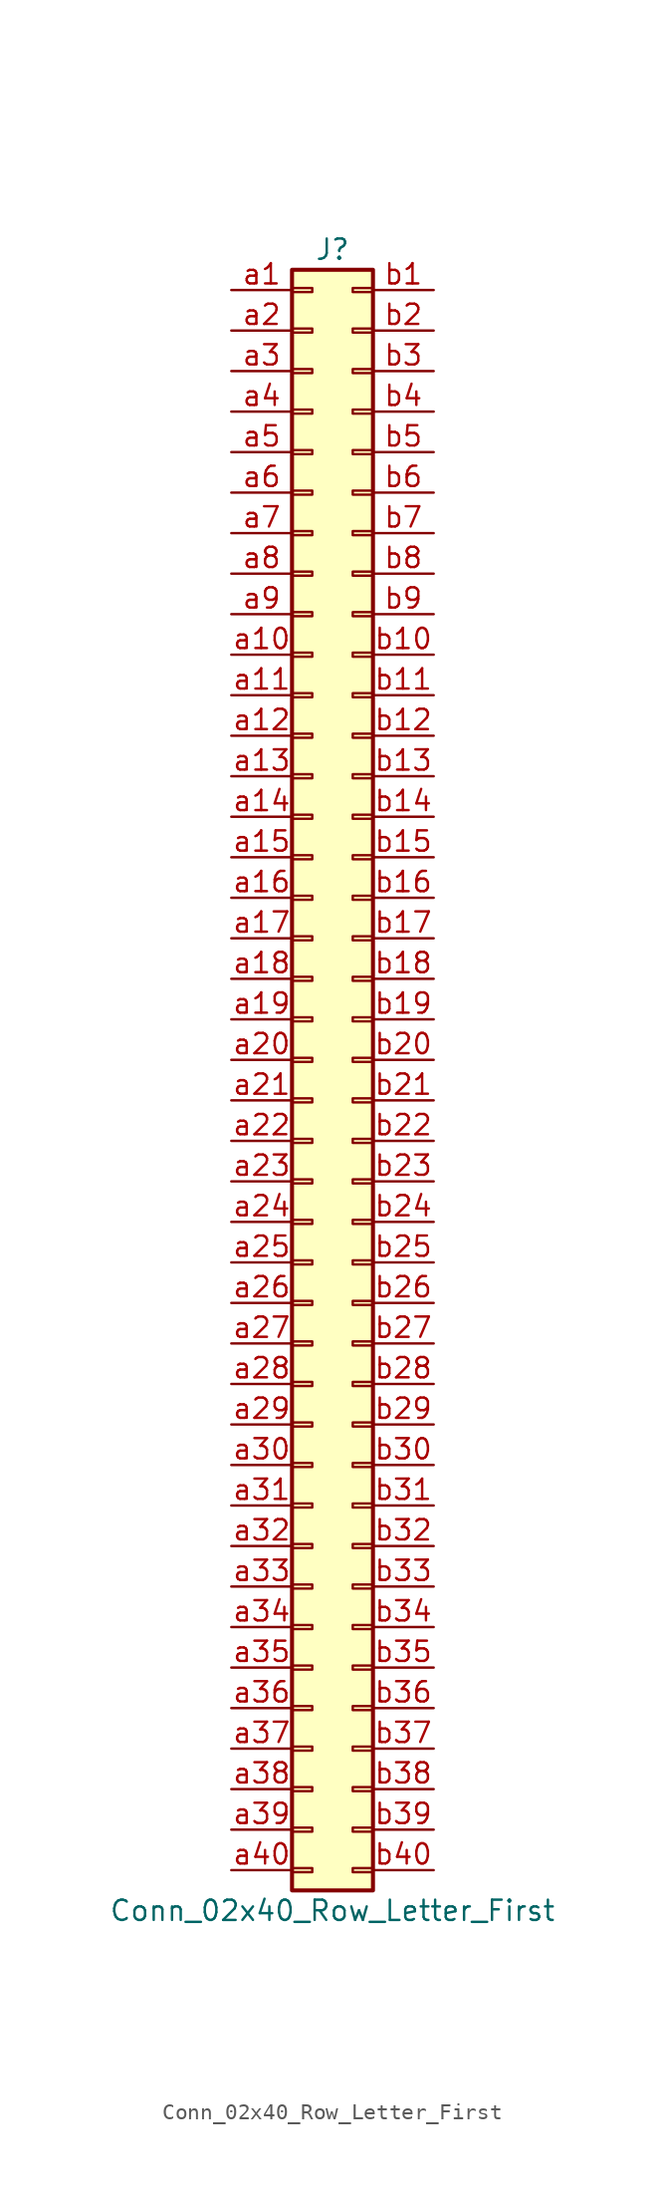
<source format=kicad_sym>
(kicad_symbol_lib
  (version 20220914)
  (generator kicad_symbol_editor)
  (symbol "Conn_02x40_Row_Letter_First"
    (pin_names
      (offset 1.016) hide)
    (property "Reference" "J"
      (at 1.27 50.8 0)
      (effects (font (size 1.27 1.27))))
    (property "Value" "Conn_02x40_Row_Letter_First"
      (at 1.27 -53.34 0)
      (effects (font (size 1.27 1.27))))
    (symbol "Conn_02x40_Row_Letter_First_1_1"
      (rectangle (start -1.27 -50.673) (end 0 -50.927) (stroke (width 0.152) (type default)) (fill (type none)))
      (rectangle (start -1.27 -48.133) (end 0 -48.387) (stroke (width 0.152) (type default)) (fill (type none)))
      (rectangle (start -1.27 -45.593) (end 0 -45.847) (stroke (width 0.152) (type default)) (fill (type none)))
      (rectangle (start -1.27 -43.053) (end 0 -43.307) (stroke (width 0.152) (type default)) (fill (type none)))
      (rectangle (start -1.27 -40.513) (end 0 -40.767) (stroke (width 0.152) (type default)) (fill (type none)))
      (rectangle (start -1.27 -37.973) (end 0 -38.227) (stroke (width 0.152) (type default)) (fill (type none)))
      (rectangle (start -1.27 -35.433) (end 0 -35.687) (stroke (width 0.152) (type default)) (fill (type none)))
      (rectangle (start -1.27 -32.893) (end 0 -33.147) (stroke (width 0.152) (type default)) (fill (type none)))
      (rectangle (start -1.27 -30.353) (end 0 -30.607) (stroke (width 0.152) (type default)) (fill (type none)))
      (rectangle (start -1.27 -27.813) (end 0 -28.067) (stroke (width 0.152) (type default)) (fill (type none)))
      (rectangle (start -1.27 -25.273) (end 0 -25.527) (stroke (width 0.152) (type default)) (fill (type none)))
      (rectangle (start -1.27 -22.733) (end 0 -22.987) (stroke (width 0.152) (type default)) (fill (type none)))
      (rectangle (start -1.27 -20.193) (end 0 -20.447) (stroke (width 0.152) (type default)) (fill (type none)))
      (rectangle (start -1.27 -17.653) (end 0 -17.907) (stroke (width 0.152) (type default)) (fill (type none)))
      (rectangle (start -1.27 -15.113) (end 0 -15.367) (stroke (width 0.152) (type default)) (fill (type none)))
      (rectangle (start -1.27 -12.573) (end 0 -12.827) (stroke (width 0.152) (type default)) (fill (type none)))
      (rectangle (start -1.27 -10.033) (end 0 -10.287) (stroke (width 0.152) (type default)) (fill (type none)))
      (rectangle (start -1.27 -7.493) (end 0 -7.747) (stroke (width 0.152) (type default)) (fill (type none)))
      (rectangle (start -1.27 -4.953) (end 0 -5.207) (stroke (width 0.152) (type default)) (fill (type none)))
      (rectangle (start -1.27 -2.413) (end 0 -2.667) (stroke (width 0.152) (type default)) (fill (type none)))
      (rectangle (start -1.27 0.127) (end 0 -0.127) (stroke (width 0.152) (type default)) (fill (type none)))
      (rectangle (start -1.27 2.667) (end 0 2.413) (stroke (width 0.152) (type default)) (fill (type none)))
      (rectangle (start -1.27 5.207) (end 0 4.953) (stroke (width 0.152) (type default)) (fill (type none)))
      (rectangle (start -1.27 7.747) (end 0 7.493) (stroke (width 0.152) (type default)) (fill (type none)))
      (rectangle (start -1.27 10.287) (end 0 10.033) (stroke (width 0.152) (type default)) (fill (type none)))
      (rectangle (start -1.27 12.827) (end 0 12.573) (stroke (width 0.152) (type default)) (fill (type none)))
      (rectangle (start -1.27 15.367) (end 0 15.113) (stroke (width 0.152) (type default)) (fill (type none)))
      (rectangle (start -1.27 17.907) (end 0 17.653) (stroke (width 0.152) (type default)) (fill (type none)))
      (rectangle (start -1.27 20.447) (end 0 20.193) (stroke (width 0.152) (type default)) (fill (type none)))
      (rectangle (start -1.27 22.987) (end 0 22.733) (stroke (width 0.152) (type default)) (fill (type none)))
      (rectangle (start -1.27 25.527) (end 0 25.273) (stroke (width 0.152) (type default)) (fill (type none)))
      (rectangle (start -1.27 28.067) (end 0 27.813) (stroke (width 0.152) (type default)) (fill (type none)))
      (rectangle (start -1.27 30.607) (end 0 30.353) (stroke (width 0.152) (type default)) (fill (type none)))
      (rectangle (start -1.27 33.147) (end 0 32.893) (stroke (width 0.152) (type default)) (fill (type none)))
      (rectangle (start -1.27 35.687) (end 0 35.433) (stroke (width 0.152) (type default)) (fill (type none)))
      (rectangle (start -1.27 38.227) (end 0 37.973) (stroke (width 0.152) (type default)) (fill (type none)))
      (rectangle (start -1.27 40.767) (end 0 40.513) (stroke (width 0.152) (type default)) (fill (type none)))
      (rectangle (start -1.27 43.307) (end 0 43.053) (stroke (width 0.152) (type default)) (fill (type none)))
      (rectangle (start -1.27 45.847) (end 0 45.593) (stroke (width 0.152) (type default)) (fill (type none)))
      (rectangle (start -1.27 48.387) (end 0 48.133) (stroke (width 0.152) (type default)) (fill (type none)))
      (rectangle (start -1.27 49.53) (end 3.81 -52.07) (stroke (width 0.254) (type default)) (fill (type background)))
      (rectangle (start 3.81 -50.673) (end 2.54 -50.927) (stroke (width 0.152) (type default)) (fill (type none)))
      (rectangle (start 3.81 -48.133) (end 2.54 -48.387) (stroke (width 0.152) (type default)) (fill (type none)))
      (rectangle (start 3.81 -45.593) (end 2.54 -45.847) (stroke (width 0.152) (type default)) (fill (type none)))
      (rectangle (start 3.81 -43.053) (end 2.54 -43.307) (stroke (width 0.152) (type default)) (fill (type none)))
      (rectangle (start 3.81 -40.513) (end 2.54 -40.767) (stroke (width 0.152) (type default)) (fill (type none)))
      (rectangle (start 3.81 -37.973) (end 2.54 -38.227) (stroke (width 0.152) (type default)) (fill (type none)))
      (rectangle (start 3.81 -35.433) (end 2.54 -35.687) (stroke (width 0.152) (type default)) (fill (type none)))
      (rectangle (start 3.81 -32.893) (end 2.54 -33.147) (stroke (width 0.152) (type default)) (fill (type none)))
      (rectangle (start 3.81 -30.353) (end 2.54 -30.607) (stroke (width 0.152) (type default)) (fill (type none)))
      (rectangle (start 3.81 -27.813) (end 2.54 -28.067) (stroke (width 0.152) (type default)) (fill (type none)))
      (rectangle (start 3.81 -25.273) (end 2.54 -25.527) (stroke (width 0.152) (type default)) (fill (type none)))
      (rectangle (start 3.81 -22.733) (end 2.54 -22.987) (stroke (width 0.152) (type default)) (fill (type none)))
      (rectangle (start 3.81 -20.193) (end 2.54 -20.447) (stroke (width 0.152) (type default)) (fill (type none)))
      (rectangle (start 3.81 -17.653) (end 2.54 -17.907) (stroke (width 0.152) (type default)) (fill (type none)))
      (rectangle (start 3.81 -15.113) (end 2.54 -15.367) (stroke (width 0.152) (type default)) (fill (type none)))
      (rectangle (start 3.81 -12.573) (end 2.54 -12.827) (stroke (width 0.152) (type default)) (fill (type none)))
      (rectangle (start 3.81 -10.033) (end 2.54 -10.287) (stroke (width 0.152) (type default)) (fill (type none)))
      (rectangle (start 3.81 -7.493) (end 2.54 -7.747) (stroke (width 0.152) (type default)) (fill (type none)))
      (rectangle (start 3.81 -4.953) (end 2.54 -5.207) (stroke (width 0.152) (type default)) (fill (type none)))
      (rectangle (start 3.81 -2.413) (end 2.54 -2.667) (stroke (width 0.152) (type default)) (fill (type none)))
      (rectangle (start 3.81 0.127) (end 2.54 -0.127) (stroke (width 0.152) (type default)) (fill (type none)))
      (rectangle (start 3.81 2.667) (end 2.54 2.413) (stroke (width 0.152) (type default)) (fill (type none)))
      (rectangle (start 3.81 5.207) (end 2.54 4.953) (stroke (width 0.152) (type default)) (fill (type none)))
      (rectangle (start 3.81 7.747) (end 2.54 7.493) (stroke (width 0.152) (type default)) (fill (type none)))
      (rectangle (start 3.81 10.287) (end 2.54 10.033) (stroke (width 0.152) (type default)) (fill (type none)))
      (rectangle (start 3.81 12.827) (end 2.54 12.573) (stroke (width 0.152) (type default)) (fill (type none)))
      (rectangle (start 3.81 15.367) (end 2.54 15.113) (stroke (width 0.152) (type default)) (fill (type none)))
      (rectangle (start 3.81 17.907) (end 2.54 17.653) (stroke (width 0.152) (type default)) (fill (type none)))
      (rectangle (start 3.81 20.447) (end 2.54 20.193) (stroke (width 0.152) (type default)) (fill (type none)))
      (rectangle (start 3.81 22.987) (end 2.54 22.733) (stroke (width 0.152) (type default)) (fill (type none)))
      (rectangle (start 3.81 25.527) (end 2.54 25.273) (stroke (width 0.152) (type default)) (fill (type none)))
      (rectangle (start 3.81 28.067) (end 2.54 27.813) (stroke (width 0.152) (type default)) (fill (type none)))
      (rectangle (start 3.81 30.607) (end 2.54 30.353) (stroke (width 0.152) (type default)) (fill (type none)))
      (rectangle (start 3.81 33.147) (end 2.54 32.893) (stroke (width 0.152) (type default)) (fill (type none)))
      (rectangle (start 3.81 35.687) (end 2.54 35.433) (stroke (width 0.152) (type default)) (fill (type none)))
      (rectangle (start 3.81 38.227) (end 2.54 37.973) (stroke (width 0.152) (type default)) (fill (type none)))
      (rectangle (start 3.81 40.767) (end 2.54 40.513) (stroke (width 0.152) (type default)) (fill (type none)))
      (rectangle (start 3.81 43.307) (end 2.54 43.053) (stroke (width 0.152) (type default)) (fill (type none)))
      (rectangle (start 3.81 45.847) (end 2.54 45.593) (stroke (width 0.152) (type default)) (fill (type none)))
      (rectangle (start 3.81 48.387) (end 2.54 48.133) (stroke (width 0.152) (type default)) (fill (type none)))
      (pin passive line (at -5.08 48.26 0) (length 3.81) (name "Pin_a1" (effects (font (size 1.27 1.27)))) (number "a1" (effects (font (size 1.27 1.27)))))
      (pin passive line (at -5.08 25.4 0) (length 3.81) (name "Pin_a10" (effects (font (size 1.27 1.27)))) (number "a10" (effects (font (size 1.27 1.27)))))
      (pin passive line (at -5.08 22.86 0) (length 3.81) (name "Pin_a11" (effects (font (size 1.27 1.27)))) (number "a11" (effects (font (size 1.27 1.27)))))
      (pin passive line (at -5.08 20.32 0) (length 3.81) (name "Pin_a12" (effects (font (size 1.27 1.27)))) (number "a12" (effects (font (size 1.27 1.27)))))
      (pin passive line (at -5.08 17.78 0) (length 3.81) (name "Pin_a13" (effects (font (size 1.27 1.27)))) (number "a13" (effects (font (size 1.27 1.27)))))
      (pin passive line (at -5.08 15.24 0) (length 3.81) (name "Pin_a14" (effects (font (size 1.27 1.27)))) (number "a14" (effects (font (size 1.27 1.27)))))
      (pin passive line (at -5.08 12.7 0) (length 3.81) (name "Pin_a15" (effects (font (size 1.27 1.27)))) (number "a15" (effects (font (size 1.27 1.27)))))
      (pin passive line (at -5.08 10.16 0) (length 3.81) (name "Pin_a16" (effects (font (size 1.27 1.27)))) (number "a16" (effects (font (size 1.27 1.27)))))
      (pin passive line (at -5.08 7.62 0) (length 3.81) (name "Pin_a17" (effects (font (size 1.27 1.27)))) (number "a17" (effects (font (size 1.27 1.27)))))
      (pin passive line (at -5.08 5.08 0) (length 3.81) (name "Pin_a18" (effects (font (size 1.27 1.27)))) (number "a18" (effects (font (size 1.27 1.27)))))
      (pin passive line (at -5.08 2.54 0) (length 3.81) (name "Pin_a19" (effects (font (size 1.27 1.27)))) (number "a19" (effects (font (size 1.27 1.27)))))
      (pin passive line (at -5.08 45.72 0) (length 3.81) (name "Pin_a2" (effects (font (size 1.27 1.27)))) (number "a2" (effects (font (size 1.27 1.27)))))
      (pin passive line (at -5.08 0 0) (length 3.81) (name "Pin_a20" (effects (font (size 1.27 1.27)))) (number "a20" (effects (font (size 1.27 1.27)))))
      (pin passive line (at -5.08 -2.54 0) (length 3.81) (name "Pin_a21" (effects (font (size 1.27 1.27)))) (number "a21" (effects (font (size 1.27 1.27)))))
      (pin passive line (at -5.08 -5.08 0) (length 3.81) (name "Pin_a22" (effects (font (size 1.27 1.27)))) (number "a22" (effects (font (size 1.27 1.27)))))
      (pin passive line (at -5.08 -7.62 0) (length 3.81) (name "Pin_a23" (effects (font (size 1.27 1.27)))) (number "a23" (effects (font (size 1.27 1.27)))))
      (pin passive line (at -5.08 -10.16 0) (length 3.81) (name "Pin_a24" (effects (font (size 1.27 1.27)))) (number "a24" (effects (font (size 1.27 1.27)))))
      (pin passive line (at -5.08 -12.7 0) (length 3.81) (name "Pin_a25" (effects (font (size 1.27 1.27)))) (number "a25" (effects (font (size 1.27 1.27)))))
      (pin passive line (at -5.08 -15.24 0) (length 3.81) (name "Pin_a26" (effects (font (size 1.27 1.27)))) (number "a26" (effects (font (size 1.27 1.27)))))
      (pin passive line (at -5.08 -17.78 0) (length 3.81) (name "Pin_a27" (effects (font (size 1.27 1.27)))) (number "a27" (effects (font (size 1.27 1.27)))))
      (pin passive line (at -5.08 -20.32 0) (length 3.81) (name "Pin_a28" (effects (font (size 1.27 1.27)))) (number "a28" (effects (font (size 1.27 1.27)))))
      (pin passive line (at -5.08 -22.86 0) (length 3.81) (name "Pin_a29" (effects (font (size 1.27 1.27)))) (number "a29" (effects (font (size 1.27 1.27)))))
      (pin passive line (at -5.08 43.18 0) (length 3.81) (name "Pin_a3" (effects (font (size 1.27 1.27)))) (number "a3" (effects (font (size 1.27 1.27)))))
      (pin passive line (at -5.08 -25.4 0) (length 3.81) (name "Pin_a30" (effects (font (size 1.27 1.27)))) (number "a30" (effects (font (size 1.27 1.27)))))
      (pin passive line (at -5.08 -27.94 0) (length 3.81) (name "Pin_a31" (effects (font (size 1.27 1.27)))) (number "a31" (effects (font (size 1.27 1.27)))))
      (pin passive line (at -5.08 -30.48 0) (length 3.81) (name "Pin_a32" (effects (font (size 1.27 1.27)))) (number "a32" (effects (font (size 1.27 1.27)))))
      (pin passive line (at -5.08 -33.02 0) (length 3.81) (name "Pin_a33" (effects (font (size 1.27 1.27)))) (number "a33" (effects (font (size 1.27 1.27)))))
      (pin passive line (at -5.08 -35.56 0) (length 3.81) (name "Pin_a34" (effects (font (size 1.27 1.27)))) (number "a34" (effects (font (size 1.27 1.27)))))
      (pin passive line (at -5.08 -38.1 0) (length 3.81) (name "Pin_a35" (effects (font (size 1.27 1.27)))) (number "a35" (effects (font (size 1.27 1.27)))))
      (pin passive line (at -5.08 -40.64 0) (length 3.81) (name "Pin_a36" (effects (font (size 1.27 1.27)))) (number "a36" (effects (font (size 1.27 1.27)))))
      (pin passive line (at -5.08 -43.18 0) (length 3.81) (name "Pin_a37" (effects (font (size 1.27 1.27)))) (number "a37" (effects (font (size 1.27 1.27)))))
      (pin passive line (at -5.08 -45.72 0) (length 3.81) (name "Pin_a38" (effects (font (size 1.27 1.27)))) (number "a38" (effects (font (size 1.27 1.27)))))
      (pin passive line (at -5.08 -48.26 0) (length 3.81) (name "Pin_a39" (effects (font (size 1.27 1.27)))) (number "a39" (effects (font (size 1.27 1.27)))))
      (pin passive line (at -5.08 40.64 0) (length 3.81) (name "Pin_a4" (effects (font (size 1.27 1.27)))) (number "a4" (effects (font (size 1.27 1.27)))))
      (pin passive line (at -5.08 -50.8 0) (length 3.81) (name "Pin_a40" (effects (font (size 1.27 1.27)))) (number "a40" (effects (font (size 1.27 1.27)))))
      (pin passive line (at -5.08 38.1 0) (length 3.81) (name "Pin_a5" (effects (font (size 1.27 1.27)))) (number "a5" (effects (font (size 1.27 1.27)))))
      (pin passive line (at -5.08 35.56 0) (length 3.81) (name "Pin_a6" (effects (font (size 1.27 1.27)))) (number "a6" (effects (font (size 1.27 1.27)))))
      (pin passive line (at -5.08 33.02 0) (length 3.81) (name "Pin_a7" (effects (font (size 1.27 1.27)))) (number "a7" (effects (font (size 1.27 1.27)))))
      (pin passive line (at -5.08 30.48 0) (length 3.81) (name "Pin_a8" (effects (font (size 1.27 1.27)))) (number "a8" (effects (font (size 1.27 1.27)))))
      (pin passive line (at -5.08 27.94 0) (length 3.81) (name "Pin_a9" (effects (font (size 1.27 1.27)))) (number "a9" (effects (font (size 1.27 1.27)))))
      (pin passive line (at 7.62 48.26 180) (length 3.81) (name "Pin_b1" (effects (font (size 1.27 1.27)))) (number "b1" (effects (font (size 1.27 1.27)))))
      (pin passive line (at 7.62 25.4 180) (length 3.81) (name "Pin_b10" (effects (font (size 1.27 1.27)))) (number "b10" (effects (font (size 1.27 1.27)))))
      (pin passive line (at 7.62 22.86 180) (length 3.81) (name "Pin_b11" (effects (font (size 1.27 1.27)))) (number "b11" (effects (font (size 1.27 1.27)))))
      (pin passive line (at 7.62 20.32 180) (length 3.81) (name "Pin_b12" (effects (font (size 1.27 1.27)))) (number "b12" (effects (font (size 1.27 1.27)))))
      (pin passive line (at 7.62 17.78 180) (length 3.81) (name "Pin_b13" (effects (font (size 1.27 1.27)))) (number "b13" (effects (font (size 1.27 1.27)))))
      (pin passive line (at 7.62 15.24 180) (length 3.81) (name "Pin_b14" (effects (font (size 1.27 1.27)))) (number "b14" (effects (font (size 1.27 1.27)))))
      (pin passive line (at 7.62 12.7 180) (length 3.81) (name "Pin_b15" (effects (font (size 1.27 1.27)))) (number "b15" (effects (font (size 1.27 1.27)))))
      (pin passive line (at 7.62 10.16 180) (length 3.81) (name "Pin_b16" (effects (font (size 1.27 1.27)))) (number "b16" (effects (font (size 1.27 1.27)))))
      (pin passive line (at 7.62 7.62 180) (length 3.81) (name "Pin_b17" (effects (font (size 1.27 1.27)))) (number "b17" (effects (font (size 1.27 1.27)))))
      (pin passive line (at 7.62 5.08 180) (length 3.81) (name "Pin_b18" (effects (font (size 1.27 1.27)))) (number "b18" (effects (font (size 1.27 1.27)))))
      (pin passive line (at 7.62 2.54 180) (length 3.81) (name "Pin_b19" (effects (font (size 1.27 1.27)))) (number "b19" (effects (font (size 1.27 1.27)))))
      (pin passive line (at 7.62 45.72 180) (length 3.81) (name "Pin_b2" (effects (font (size 1.27 1.27)))) (number "b2" (effects (font (size 1.27 1.27)))))
      (pin passive line (at 7.62 0 180) (length 3.81) (name "Pin_b20" (effects (font (size 1.27 1.27)))) (number "b20" (effects (font (size 1.27 1.27)))))
      (pin passive line (at 7.62 -2.54 180) (length 3.81) (name "Pin_b21" (effects (font (size 1.27 1.27)))) (number "b21" (effects (font (size 1.27 1.27)))))
      (pin passive line (at 7.62 -5.08 180) (length 3.81) (name "Pin_b22" (effects (font (size 1.27 1.27)))) (number "b22" (effects (font (size 1.27 1.27)))))
      (pin passive line (at 7.62 -7.62 180) (length 3.81) (name "Pin_b23" (effects (font (size 1.27 1.27)))) (number "b23" (effects (font (size 1.27 1.27)))))
      (pin passive line (at 7.62 -10.16 180) (length 3.81) (name "Pin_b24" (effects (font (size 1.27 1.27)))) (number "b24" (effects (font (size 1.27 1.27)))))
      (pin passive line (at 7.62 -12.7 180) (length 3.81) (name "Pin_b25" (effects (font (size 1.27 1.27)))) (number "b25" (effects (font (size 1.27 1.27)))))
      (pin passive line (at 7.62 -15.24 180) (length 3.81) (name "Pin_b26" (effects (font (size 1.27 1.27)))) (number "b26" (effects (font (size 1.27 1.27)))))
      (pin passive line (at 7.62 -17.78 180) (length 3.81) (name "Pin_b27" (effects (font (size 1.27 1.27)))) (number "b27" (effects (font (size 1.27 1.27)))))
      (pin passive line (at 7.62 -20.32 180) (length 3.81) (name "Pin_b28" (effects (font (size 1.27 1.27)))) (number "b28" (effects (font (size 1.27 1.27)))))
      (pin passive line (at 7.62 -22.86 180) (length 3.81) (name "Pin_b29" (effects (font (size 1.27 1.27)))) (number "b29" (effects (font (size 1.27 1.27)))))
      (pin passive line (at 7.62 43.18 180) (length 3.81) (name "Pin_b3" (effects (font (size 1.27 1.27)))) (number "b3" (effects (font (size 1.27 1.27)))))
      (pin passive line (at 7.62 -25.4 180) (length 3.81) (name "Pin_b30" (effects (font (size 1.27 1.27)))) (number "b30" (effects (font (size 1.27 1.27)))))
      (pin passive line (at 7.62 -27.94 180) (length 3.81) (name "Pin_b31" (effects (font (size 1.27 1.27)))) (number "b31" (effects (font (size 1.27 1.27)))))
      (pin passive line (at 7.62 -30.48 180) (length 3.81) (name "Pin_b32" (effects (font (size 1.27 1.27)))) (number "b32" (effects (font (size 1.27 1.27)))))
      (pin passive line (at 7.62 -33.02 180) (length 3.81) (name "Pin_b33" (effects (font (size 1.27 1.27)))) (number "b33" (effects (font (size 1.27 1.27)))))
      (pin passive line (at 7.62 -35.56 180) (length 3.81) (name "Pin_b34" (effects (font (size 1.27 1.27)))) (number "b34" (effects (font (size 1.27 1.27)))))
      (pin passive line (at 7.62 -38.1 180) (length 3.81) (name "Pin_b35" (effects (font (size 1.27 1.27)))) (number "b35" (effects (font (size 1.27 1.27)))))
      (pin passive line (at 7.62 -40.64 180) (length 3.81) (name "Pin_b36" (effects (font (size 1.27 1.27)))) (number "b36" (effects (font (size 1.27 1.27)))))
      (pin passive line (at 7.62 -43.18 180) (length 3.81) (name "Pin_b37" (effects (font (size 1.27 1.27)))) (number "b37" (effects (font (size 1.27 1.27)))))
      (pin passive line (at 7.62 -45.72 180) (length 3.81) (name "Pin_b38" (effects (font (size 1.27 1.27)))) (number "b38" (effects (font (size 1.27 1.27)))))
      (pin passive line (at 7.62 -48.26 180) (length 3.81) (name "Pin_b39" (effects (font (size 1.27 1.27)))) (number "b39" (effects (font (size 1.27 1.27)))))
      (pin passive line (at 7.62 40.64 180) (length 3.81) (name "Pin_b4" (effects (font (size 1.27 1.27)))) (number "b4" (effects (font (size 1.27 1.27)))))
      (pin passive line (at 7.62 -50.8 180) (length 3.81) (name "Pin_b40" (effects (font (size 1.27 1.27)))) (number "b40" (effects (font (size 1.27 1.27)))))
      (pin passive line (at 7.62 38.1 180) (length 3.81) (name "Pin_b5" (effects (font (size 1.27 1.27)))) (number "b5" (effects (font (size 1.27 1.27)))))
      (pin passive line (at 7.62 35.56 180) (length 3.81) (name "Pin_b6" (effects (font (size 1.27 1.27)))) (number "b6" (effects (font (size 1.27 1.27)))))
      (pin passive line (at 7.62 33.02 180) (length 3.81) (name "Pin_b7" (effects (font (size 1.27 1.27)))) (number "b7" (effects (font (size 1.27 1.27)))))
      (pin passive line (at 7.62 30.48 180) (length 3.81) (name "Pin_b8" (effects (font (size 1.27 1.27)))) (number "b8" (effects (font (size 1.27 1.27)))))
      (pin passive line (at 7.62 27.94 180) (length 3.81) (name "Pin_b9" (effects (font (size 1.27 1.27)))) (number "b9" (effects (font (size 1.27 1.27))))))))
</source>
